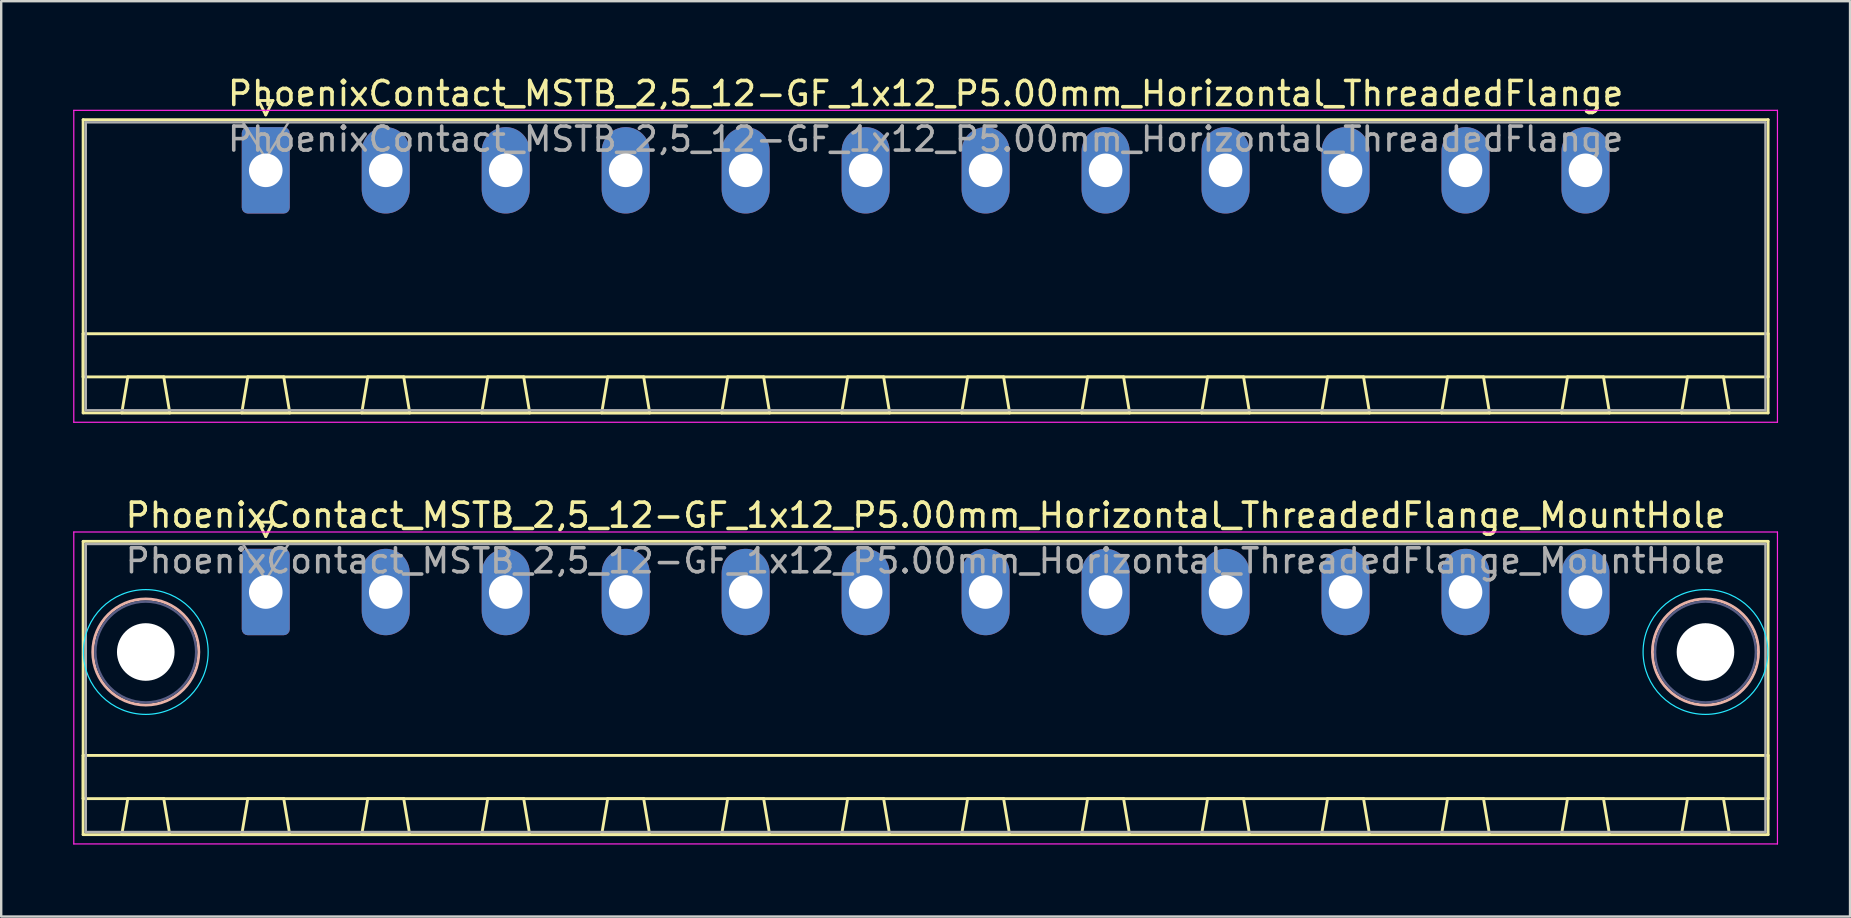
<source format=kicad_pcb>
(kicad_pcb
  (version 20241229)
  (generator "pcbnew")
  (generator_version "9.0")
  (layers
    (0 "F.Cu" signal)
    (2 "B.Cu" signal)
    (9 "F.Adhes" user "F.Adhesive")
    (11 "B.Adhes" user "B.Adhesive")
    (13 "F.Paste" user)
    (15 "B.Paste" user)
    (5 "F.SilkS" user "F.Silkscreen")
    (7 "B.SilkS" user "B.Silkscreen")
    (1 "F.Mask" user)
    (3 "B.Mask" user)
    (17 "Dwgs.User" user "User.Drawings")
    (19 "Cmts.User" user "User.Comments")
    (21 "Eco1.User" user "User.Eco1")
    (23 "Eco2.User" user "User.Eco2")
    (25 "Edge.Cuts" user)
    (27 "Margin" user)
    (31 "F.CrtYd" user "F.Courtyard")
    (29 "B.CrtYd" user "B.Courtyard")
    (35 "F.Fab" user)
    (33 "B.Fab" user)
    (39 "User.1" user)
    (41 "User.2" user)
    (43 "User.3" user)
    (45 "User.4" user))
  (footprint "PhoenixContact_MSTB_2,5_12-GF_1x12_P5.00mm_Horizontal_ThreadedFlange_MountHole"
    (layer "F.Cu")
    (at 8.025 21.622)
    (property "Reference" "PhoenixContact_MSTB_2,5_12-GF_1x12_P5.00mm_Horizontal_ThreadedFlange_MountHole" (at 27.5 -3.2 0) (layer "F.SilkS") (effects (font (size 1 1) (thickness 0.15))))
    (attr through_hole)
    (fp_line (start -7.61 -2.11) (end -7.61 10.11) (stroke (width 0.12) (type solid)) (layer "F.SilkS"))
    (fp_line (start -7.61 6.81) (end 62.61 6.81) (stroke (width 0.12) (type solid)) (layer "F.SilkS"))
    (fp_line (start -7.61 8.61) (end -7.61 6.81) (stroke (width 0.12) (type solid)) (layer "F.SilkS"))
    (fp_line (start -7.61 10.11) (end 62.61 10.11) (stroke (width 0.12) (type solid)) (layer "F.SilkS"))
    (fp_line (start -6 10.11) (end -4 10.11) (stroke (width 0.12) (type solid)) (layer "F.SilkS"))
    (fp_line (start -5.75 8.61) (end -6 10.11) (stroke (width 0.12) (type solid)) (layer "F.SilkS"))
    (fp_line (start -4.25 8.61) (end -5.75 8.61) (stroke (width 0.12) (type solid)) (layer "F.SilkS"))
    (fp_line (start -4 10.11) (end -4.25 8.61) (stroke (width 0.12) (type solid)) (layer "F.SilkS"))
    (fp_line (start -1 10.11) (end 1 10.11) (stroke (width 0.12) (type solid)) (layer "F.SilkS"))
    (fp_line (start -0.75 8.61) (end -1 10.11) (stroke (width 0.12) (type solid)) (layer "F.SilkS"))
    (fp_line (start -0.3 -2.91) (end 0.3 -2.91) (stroke (width 0.12) (type solid)) (layer "F.SilkS"))
    (fp_line (start 0 -2.31) (end -0.3 -2.91) (stroke (width 0.12) (type solid)) (layer "F.SilkS"))
    (fp_line (start 0.3 -2.91) (end 0 -2.31) (stroke (width 0.12) (type solid)) (layer "F.SilkS"))
    (fp_line (start 0.75 8.61) (end -0.75 8.61) (stroke (width 0.12) (type solid)) (layer "F.SilkS"))
    (fp_line (start 1 10.11) (end 0.75 8.61) (stroke (width 0.12) (type solid)) (layer "F.SilkS"))
    (fp_line (start 4 10.11) (end 6 10.11) (stroke (width 0.12) (type solid)) (layer "F.SilkS"))
    (fp_line (start 4.25 8.61) (end 4 10.11) (stroke (width 0.12) (type solid)) (layer "F.SilkS"))
    (fp_line (start 5.75 8.61) (end 4.25 8.61) (stroke (width 0.12) (type solid)) (layer "F.SilkS"))
    (fp_line (start 6 10.11) (end 5.75 8.61) (stroke (width 0.12) (type solid)) (layer "F.SilkS"))
    (fp_line (start 9 10.11) (end 11 10.11) (stroke (width 0.12) (type solid)) (layer "F.SilkS"))
    (fp_line (start 9.25 8.61) (end 9 10.11) (stroke (width 0.12) (type solid)) (layer "F.SilkS"))
    (fp_line (start 10.75 8.61) (end 9.25 8.61) (stroke (width 0.12) (type solid)) (layer "F.SilkS"))
    (fp_line (start 11 10.11) (end 10.75 8.61) (stroke (width 0.12) (type solid)) (layer "F.SilkS"))
    (fp_line (start 14 10.11) (end 16 10.11) (stroke (width 0.12) (type solid)) (layer "F.SilkS"))
    (fp_line (start 14.25 8.61) (end 14 10.11) (stroke (width 0.12) (type solid)) (layer "F.SilkS"))
    (fp_line (start 15.75 8.61) (end 14.25 8.61) (stroke (width 0.12) (type solid)) (layer "F.SilkS"))
    (fp_line (start 16 10.11) (end 15.75 8.61) (stroke (width 0.12) (type solid)) (layer "F.SilkS"))
    (fp_line (start 19 10.11) (end 21 10.11) (stroke (width 0.12) (type solid)) (layer "F.SilkS"))
    (fp_line (start 19.25 8.61) (end 19 10.11) (stroke (width 0.12) (type solid)) (layer "F.SilkS"))
    (fp_line (start 20.75 8.61) (end 19.25 8.61) (stroke (width 0.12) (type solid)) (layer "F.SilkS"))
    (fp_line (start 21 10.11) (end 20.75 8.61) (stroke (width 0.12) (type solid)) (layer "F.SilkS"))
    (fp_line (start 24 10.11) (end 26 10.11) (stroke (width 0.12) (type solid)) (layer "F.SilkS"))
    (fp_line (start 24.25 8.61) (end 24 10.11) (stroke (width 0.12) (type solid)) (layer "F.SilkS"))
    (fp_line (start 25.75 8.61) (end 24.25 8.61) (stroke (width 0.12) (type solid)) (layer "F.SilkS"))
    (fp_line (start 26 10.11) (end 25.75 8.61) (stroke (width 0.12) (type solid)) (layer "F.SilkS"))
    (fp_line (start 29 10.11) (end 31 10.11) (stroke (width 0.12) (type solid)) (layer "F.SilkS"))
    (fp_line (start 29.25 8.61) (end 29 10.11) (stroke (width 0.12) (type solid)) (layer "F.SilkS"))
    (fp_line (start 30.75 8.61) (end 29.25 8.61) (stroke (width 0.12) (type solid)) (layer "F.SilkS"))
    (fp_line (start 31 10.11) (end 30.75 8.61) (stroke (width 0.12) (type solid)) (layer "F.SilkS"))
    (fp_line (start 34 10.11) (end 36 10.11) (stroke (width 0.12) (type solid)) (layer "F.SilkS"))
    (fp_line (start 34.25 8.61) (end 34 10.11) (stroke (width 0.12) (type solid)) (layer "F.SilkS"))
    (fp_line (start 35.75 8.61) (end 34.25 8.61) (stroke (width 0.12) (type solid)) (layer "F.SilkS"))
    (fp_line (start 36 10.11) (end 35.75 8.61) (stroke (width 0.12) (type solid)) (layer "F.SilkS"))
    (fp_line (start 39 10.11) (end 41 10.11) (stroke (width 0.12) (type solid)) (layer "F.SilkS"))
    (fp_line (start 39.25 8.61) (end 39 10.11) (stroke (width 0.12) (type solid)) (layer "F.SilkS"))
    (fp_line (start 40.75 8.61) (end 39.25 8.61) (stroke (width 0.12) (type solid)) (layer "F.SilkS"))
    (fp_line (start 41 10.11) (end 40.75 8.61) (stroke (width 0.12) (type solid)) (layer "F.SilkS"))
    (fp_line (start 44 10.11) (end 46 10.11) (stroke (width 0.12) (type solid)) (layer "F.SilkS"))
    (fp_line (start 44.25 8.61) (end 44 10.11) (stroke (width 0.12) (type solid)) (layer "F.SilkS"))
    (fp_line (start 45.75 8.61) (end 44.25 8.61) (stroke (width 0.12) (type solid)) (layer "F.SilkS"))
    (fp_line (start 46 10.11) (end 45.75 8.61) (stroke (width 0.12) (type solid)) (layer "F.SilkS"))
    (fp_line (start 49 10.11) (end 51 10.11) (stroke (width 0.12) (type solid)) (layer "F.SilkS"))
    (fp_line (start 49.25 8.61) (end 49 10.11) (stroke (width 0.12) (type solid)) (layer "F.SilkS"))
    (fp_line (start 50.75 8.61) (end 49.25 8.61) (stroke (width 0.12) (type solid)) (layer "F.SilkS"))
    (fp_line (start 51 10.11) (end 50.75 8.61) (stroke (width 0.12) (type solid)) (layer "F.SilkS"))
    (fp_line (start 54 10.11) (end 56 10.11) (stroke (width 0.12) (type solid)) (layer "F.SilkS"))
    (fp_line (start 54.25 8.61) (end 54 10.11) (stroke (width 0.12) (type solid)) (layer "F.SilkS"))
    (fp_line (start 55.75 8.61) (end 54.25 8.61) (stroke (width 0.12) (type solid)) (layer "F.SilkS"))
    (fp_line (start 56 10.11) (end 55.75 8.61) (stroke (width 0.12) (type solid)) (layer "F.SilkS"))
    (fp_line (start 59 10.11) (end 61 10.11) (stroke (width 0.12) (type solid)) (layer "F.SilkS"))
    (fp_line (start 59.25 8.61) (end 59 10.11) (stroke (width 0.12) (type solid)) (layer "F.SilkS"))
    (fp_line (start 60.75 8.61) (end 59.25 8.61) (stroke (width 0.12) (type solid)) (layer "F.SilkS"))
    (fp_line (start 61 10.11) (end 60.75 8.61) (stroke (width 0.12) (type solid)) (layer "F.SilkS"))
    (fp_line (start 62.61 -2.11) (end -7.61 -2.11) (stroke (width 0.12) (type solid)) (layer "F.SilkS"))
    (fp_line (start 62.61 6.81) (end 62.61 8.61) (stroke (width 0.12) (type solid)) (layer "F.SilkS"))
    (fp_line (start 62.61 8.61) (end -7.61 8.61) (stroke (width 0.12) (type solid)) (layer "F.SilkS"))
    (fp_line (start 62.61 10.11) (end 62.61 -2.11) (stroke (width 0.12) (type solid)) (layer "F.SilkS"))
    (fp_circle (center -5 2.5) (end -2.79 2.5) (stroke (width 0.12) (type solid)) (fill no) (layer "B.SilkS"))
    (fp_circle (center 60 2.5) (end 62.21 2.5) (stroke (width 0.12) (type solid)) (fill no) (layer "B.SilkS"))
    (fp_circle (center -5 2.5) (end -2.4 2.5) (stroke (width 0.05) (type solid)) (fill no) (layer "B.CrtYd"))
    (fp_circle (center 60 2.5) (end 62.6 2.5) (stroke (width 0.05) (type solid)) (fill no) (layer "B.CrtYd"))
    (fp_line (start -8 -2.5) (end -8 10.5) (stroke (width 0.05) (type solid)) (layer "F.CrtYd"))
    (fp_line (start -8 10.5) (end 63 10.5) (stroke (width 0.05) (type solid)) (layer "F.CrtYd"))
    (fp_line (start 63 -2.5) (end -8 -2.5) (stroke (width 0.05) (type solid)) (layer "F.CrtYd"))
    (fp_line (start 63 10.5) (end 63 -2.5) (stroke (width 0.05) (type solid)) (layer "F.CrtYd"))
    (fp_circle (center -5 2.5) (end -2.9 2.5) (stroke (width 0.1) (type solid)) (fill no) (layer "B.Fab"))
    (fp_circle (center 60 2.5) (end 62.1 2.5) (stroke (width 0.1) (type solid)) (fill no) (layer "B.Fab"))
    (fp_line (start -7.5 -2) (end -7.5 10) (stroke (width 0.1) (type solid)) (layer "F.Fab"))
    (fp_line (start -7.5 10) (end 62.5 10) (stroke (width 0.1) (type solid)) (layer "F.Fab"))
    (fp_line (start 0 -0.5) (end -0.95 -2) (stroke (width 0.1) (type solid)) (layer "F.Fab"))
    (fp_line (start 0.95 -2) (end 0 -0.5) (stroke (width 0.1) (type solid)) (layer "F.Fab"))
    (fp_line (start 62.5 -2) (end -7.5 -2) (stroke (width 0.1) (type solid)) (layer "F.Fab"))
    (fp_line (start 62.5 10) (end 62.5 -2) (stroke (width 0.1) (type solid)) (layer "F.Fab"))
    (fp_text user "${REFERENCE}" (at 27.5 -1.3 0) (layer "F.Fab") (effects (font (size 1 1) (thickness 0.15))))
    (pad "" np_thru_hole circle (at -5 2.5) (size 2.4 2.4) (drill 2.4) (layers "*.Cu" "*.Mask"))
    (pad "" np_thru_hole circle (at 60 2.5) (size 2.4 2.4) (drill 2.4) (layers "*.Cu" "*.Mask"))
    (pad "1" thru_hole roundrect (at 0 0) (size 2 3.6) (drill 1.4) (layers "*.Cu" "*.Mask") (roundrect_rratio 0.125))
    (pad "2" thru_hole oval (at 5 0) (size 2 3.6) (drill 1.4) (layers "*.Cu" "*.Mask"))
    (pad "3" thru_hole oval (at 10 0) (size 2 3.6) (drill 1.4) (layers "*.Cu" "*.Mask"))
    (pad "4" thru_hole oval (at 15 0) (size 2 3.6) (drill 1.4) (layers "*.Cu" "*.Mask"))
    (pad "5" thru_hole oval (at 20 0) (size 2 3.6) (drill 1.4) (layers "*.Cu" "*.Mask"))
    (pad "6" thru_hole oval (at 25 0) (size 2 3.6) (drill 1.4) (layers "*.Cu" "*.Mask"))
    (pad "7" thru_hole oval (at 30 0) (size 2 3.6) (drill 1.4) (layers "*.Cu" "*.Mask"))
    (pad "8" thru_hole oval (at 35 0) (size 2 3.6) (drill 1.4) (layers "*.Cu" "*.Mask"))
    (pad "9" thru_hole oval (at 40 0) (size 2 3.6) (drill 1.4) (layers "*.Cu" "*.Mask"))
    (pad "10" thru_hole oval (at 45 0) (size 2 3.6) (drill 1.4) (layers "*.Cu" "*.Mask"))
    (pad "11" thru_hole oval (at 50 0) (size 2 3.6) (drill 1.4) (layers "*.Cu" "*.Mask"))
    (pad "12" thru_hole oval (at 55 0) (size 2 3.6) (drill 1.4) (layers "*.Cu" "*.Mask")))
  (footprint "PhoenixContact_MSTB_2,5_12-GF_1x12_P5.00mm_Horizontal_ThreadedFlange"
    (layer "F.Cu")
    (at 8.025 4.048)
    (property "Reference" "PhoenixContact_MSTB_2,5_12-GF_1x12_P5.00mm_Horizontal_ThreadedFlange" (at 27.5 -3.2 0) (layer "F.SilkS") (effects (font (size 1 1) (thickness 0.15))))
    (attr through_hole)
    (fp_line (start -7.61 -2.11) (end -7.61 10.11) (stroke (width 0.12) (type solid)) (layer "F.SilkS"))
    (fp_line (start -7.61 6.81) (end 62.61 6.81) (stroke (width 0.12) (type solid)) (layer "F.SilkS"))
    (fp_line (start -7.61 8.61) (end -7.61 6.81) (stroke (width 0.12) (type solid)) (layer "F.SilkS"))
    (fp_line (start -7.61 10.11) (end 62.61 10.11) (stroke (width 0.12) (type solid)) (layer "F.SilkS"))
    (fp_line (start -6 10.11) (end -4 10.11) (stroke (width 0.12) (type solid)) (layer "F.SilkS"))
    (fp_line (start -5.75 8.61) (end -6 10.11) (stroke (width 0.12) (type solid)) (layer "F.SilkS"))
    (fp_line (start -4.25 8.61) (end -5.75 8.61) (stroke (width 0.12) (type solid)) (layer "F.SilkS"))
    (fp_line (start -4 10.11) (end -4.25 8.61) (stroke (width 0.12) (type solid)) (layer "F.SilkS"))
    (fp_line (start -1 10.11) (end 1 10.11) (stroke (width 0.12) (type solid)) (layer "F.SilkS"))
    (fp_line (start -0.75 8.61) (end -1 10.11) (stroke (width 0.12) (type solid)) (layer "F.SilkS"))
    (fp_line (start -0.3 -2.91) (end 0.3 -2.91) (stroke (width 0.12) (type solid)) (layer "F.SilkS"))
    (fp_line (start 0 -2.31) (end -0.3 -2.91) (stroke (width 0.12) (type solid)) (layer "F.SilkS"))
    (fp_line (start 0.3 -2.91) (end 0 -2.31) (stroke (width 0.12) (type solid)) (layer "F.SilkS"))
    (fp_line (start 0.75 8.61) (end -0.75 8.61) (stroke (width 0.12) (type solid)) (layer "F.SilkS"))
    (fp_line (start 1 10.11) (end 0.75 8.61) (stroke (width 0.12) (type solid)) (layer "F.SilkS"))
    (fp_line (start 4 10.11) (end 6 10.11) (stroke (width 0.12) (type solid)) (layer "F.SilkS"))
    (fp_line (start 4.25 8.61) (end 4 10.11) (stroke (width 0.12) (type solid)) (layer "F.SilkS"))
    (fp_line (start 5.75 8.61) (end 4.25 8.61) (stroke (width 0.12) (type solid)) (layer "F.SilkS"))
    (fp_line (start 6 10.11) (end 5.75 8.61) (stroke (width 0.12) (type solid)) (layer "F.SilkS"))
    (fp_line (start 9 10.11) (end 11 10.11) (stroke (width 0.12) (type solid)) (layer "F.SilkS"))
    (fp_line (start 9.25 8.61) (end 9 10.11) (stroke (width 0.12) (type solid)) (layer "F.SilkS"))
    (fp_line (start 10.75 8.61) (end 9.25 8.61) (stroke (width 0.12) (type solid)) (layer "F.SilkS"))
    (fp_line (start 11 10.11) (end 10.75 8.61) (stroke (width 0.12) (type solid)) (layer "F.SilkS"))
    (fp_line (start 14 10.11) (end 16 10.11) (stroke (width 0.12) (type solid)) (layer "F.SilkS"))
    (fp_line (start 14.25 8.61) (end 14 10.11) (stroke (width 0.12) (type solid)) (layer "F.SilkS"))
    (fp_line (start 15.75 8.61) (end 14.25 8.61) (stroke (width 0.12) (type solid)) (layer "F.SilkS"))
    (fp_line (start 16 10.11) (end 15.75 8.61) (stroke (width 0.12) (type solid)) (layer "F.SilkS"))
    (fp_line (start 19 10.11) (end 21 10.11) (stroke (width 0.12) (type solid)) (layer "F.SilkS"))
    (fp_line (start 19.25 8.61) (end 19 10.11) (stroke (width 0.12) (type solid)) (layer "F.SilkS"))
    (fp_line (start 20.75 8.61) (end 19.25 8.61) (stroke (width 0.12) (type solid)) (layer "F.SilkS"))
    (fp_line (start 21 10.11) (end 20.75 8.61) (stroke (width 0.12) (type solid)) (layer "F.SilkS"))
    (fp_line (start 24 10.11) (end 26 10.11) (stroke (width 0.12) (type solid)) (layer "F.SilkS"))
    (fp_line (start 24.25 8.61) (end 24 10.11) (stroke (width 0.12) (type solid)) (layer "F.SilkS"))
    (fp_line (start 25.75 8.61) (end 24.25 8.61) (stroke (width 0.12) (type solid)) (layer "F.SilkS"))
    (fp_line (start 26 10.11) (end 25.75 8.61) (stroke (width 0.12) (type solid)) (layer "F.SilkS"))
    (fp_line (start 29 10.11) (end 31 10.11) (stroke (width 0.12) (type solid)) (layer "F.SilkS"))
    (fp_line (start 29.25 8.61) (end 29 10.11) (stroke (width 0.12) (type solid)) (layer "F.SilkS"))
    (fp_line (start 30.75 8.61) (end 29.25 8.61) (stroke (width 0.12) (type solid)) (layer "F.SilkS"))
    (fp_line (start 31 10.11) (end 30.75 8.61) (stroke (width 0.12) (type solid)) (layer "F.SilkS"))
    (fp_line (start 34 10.11) (end 36 10.11) (stroke (width 0.12) (type solid)) (layer "F.SilkS"))
    (fp_line (start 34.25 8.61) (end 34 10.11) (stroke (width 0.12) (type solid)) (layer "F.SilkS"))
    (fp_line (start 35.75 8.61) (end 34.25 8.61) (stroke (width 0.12) (type solid)) (layer "F.SilkS"))
    (fp_line (start 36 10.11) (end 35.75 8.61) (stroke (width 0.12) (type solid)) (layer "F.SilkS"))
    (fp_line (start 39 10.11) (end 41 10.11) (stroke (width 0.12) (type solid)) (layer "F.SilkS"))
    (fp_line (start 39.25 8.61) (end 39 10.11) (stroke (width 0.12) (type solid)) (layer "F.SilkS"))
    (fp_line (start 40.75 8.61) (end 39.25 8.61) (stroke (width 0.12) (type solid)) (layer "F.SilkS"))
    (fp_line (start 41 10.11) (end 40.75 8.61) (stroke (width 0.12) (type solid)) (layer "F.SilkS"))
    (fp_line (start 44 10.11) (end 46 10.11) (stroke (width 0.12) (type solid)) (layer "F.SilkS"))
    (fp_line (start 44.25 8.61) (end 44 10.11) (stroke (width 0.12) (type solid)) (layer "F.SilkS"))
    (fp_line (start 45.75 8.61) (end 44.25 8.61) (stroke (width 0.12) (type solid)) (layer "F.SilkS"))
    (fp_line (start 46 10.11) (end 45.75 8.61) (stroke (width 0.12) (type solid)) (layer "F.SilkS"))
    (fp_line (start 49 10.11) (end 51 10.11) (stroke (width 0.12) (type solid)) (layer "F.SilkS"))
    (fp_line (start 49.25 8.61) (end 49 10.11) (stroke (width 0.12) (type solid)) (layer "F.SilkS"))
    (fp_line (start 50.75 8.61) (end 49.25 8.61) (stroke (width 0.12) (type solid)) (layer "F.SilkS"))
    (fp_line (start 51 10.11) (end 50.75 8.61) (stroke (width 0.12) (type solid)) (layer "F.SilkS"))
    (fp_line (start 54 10.11) (end 56 10.11) (stroke (width 0.12) (type solid)) (layer "F.SilkS"))
    (fp_line (start 54.25 8.61) (end 54 10.11) (stroke (width 0.12) (type solid)) (layer "F.SilkS"))
    (fp_line (start 55.75 8.61) (end 54.25 8.61) (stroke (width 0.12) (type solid)) (layer "F.SilkS"))
    (fp_line (start 56 10.11) (end 55.75 8.61) (stroke (width 0.12) (type solid)) (layer "F.SilkS"))
    (fp_line (start 59 10.11) (end 61 10.11) (stroke (width 0.12) (type solid)) (layer "F.SilkS"))
    (fp_line (start 59.25 8.61) (end 59 10.11) (stroke (width 0.12) (type solid)) (layer "F.SilkS"))
    (fp_line (start 60.75 8.61) (end 59.25 8.61) (stroke (width 0.12) (type solid)) (layer "F.SilkS"))
    (fp_line (start 61 10.11) (end 60.75 8.61) (stroke (width 0.12) (type solid)) (layer "F.SilkS"))
    (fp_line (start 62.61 -2.11) (end -7.61 -2.11) (stroke (width 0.12) (type solid)) (layer "F.SilkS"))
    (fp_line (start 62.61 6.81) (end 62.61 8.61) (stroke (width 0.12) (type solid)) (layer "F.SilkS"))
    (fp_line (start 62.61 8.61) (end -7.61 8.61) (stroke (width 0.12) (type solid)) (layer "F.SilkS"))
    (fp_line (start 62.61 10.11) (end 62.61 -2.11) (stroke (width 0.12) (type solid)) (layer "F.SilkS"))
    (fp_line (start -8 -2.5) (end -8 10.5) (stroke (width 0.05) (type solid)) (layer "F.CrtYd"))
    (fp_line (start -8 10.5) (end 63 10.5) (stroke (width 0.05) (type solid)) (layer "F.CrtYd"))
    (fp_line (start 63 -2.5) (end -8 -2.5) (stroke (width 0.05) (type solid)) (layer "F.CrtYd"))
    (fp_line (start 63 10.5) (end 63 -2.5) (stroke (width 0.05) (type solid)) (layer "F.CrtYd"))
    (fp_line (start -7.5 -2) (end -7.5 10) (stroke (width 0.1) (type solid)) (layer "F.Fab"))
    (fp_line (start -7.5 10) (end 62.5 10) (stroke (width 0.1) (type solid)) (layer "F.Fab"))
    (fp_line (start 0 -0.5) (end -0.95 -2) (stroke (width 0.1) (type solid)) (layer "F.Fab"))
    (fp_line (start 0.95 -2) (end 0 -0.5) (stroke (width 0.1) (type solid)) (layer "F.Fab"))
    (fp_line (start 62.5 -2) (end -7.5 -2) (stroke (width 0.1) (type solid)) (layer "F.Fab"))
    (fp_line (start 62.5 10) (end 62.5 -2) (stroke (width 0.1) (type solid)) (layer "F.Fab"))
    (fp_text user "${REFERENCE}" (at 27.5 -1.3 0) (layer "F.Fab") (effects (font (size 1 1) (thickness 0.15))))
    (pad "1" thru_hole roundrect (at 0 0) (size 2 3.6) (drill 1.4) (layers "*.Cu" "*.Mask") (roundrect_rratio 0.125))
    (pad "2" thru_hole oval (at 5 0) (size 2 3.6) (drill 1.4) (layers "*.Cu" "*.Mask"))
    (pad "3" thru_hole oval (at 10 0) (size 2 3.6) (drill 1.4) (layers "*.Cu" "*.Mask"))
    (pad "4" thru_hole oval (at 15 0) (size 2 3.6) (drill 1.4) (layers "*.Cu" "*.Mask"))
    (pad "5" thru_hole oval (at 20 0) (size 2 3.6) (drill 1.4) (layers "*.Cu" "*.Mask"))
    (pad "6" thru_hole oval (at 25 0) (size 2 3.6) (drill 1.4) (layers "*.Cu" "*.Mask"))
    (pad "7" thru_hole oval (at 30 0) (size 2 3.6) (drill 1.4) (layers "*.Cu" "*.Mask"))
    (pad "8" thru_hole oval (at 35 0) (size 2 3.6) (drill 1.4) (layers "*.Cu" "*.Mask"))
    (pad "9" thru_hole oval (at 40 0) (size 2 3.6) (drill 1.4) (layers "*.Cu" "*.Mask"))
    (pad "10" thru_hole oval (at 45 0) (size 2 3.6) (drill 1.4) (layers "*.Cu" "*.Mask"))
    (pad "11" thru_hole oval (at 50 0) (size 2 3.6) (drill 1.4) (layers "*.Cu" "*.Mask"))
    (pad "12" thru_hole oval (at 55 0) (size 2 3.6) (drill 1.4) (layers "*.Cu" "*.Mask")))
  (gr_rect
    (start -3 -3)
    (end 74.05 35.147)
    (stroke (width 0.1) (type default))
    (fill no)
    (layer "Edge.Cuts")))
</source>
